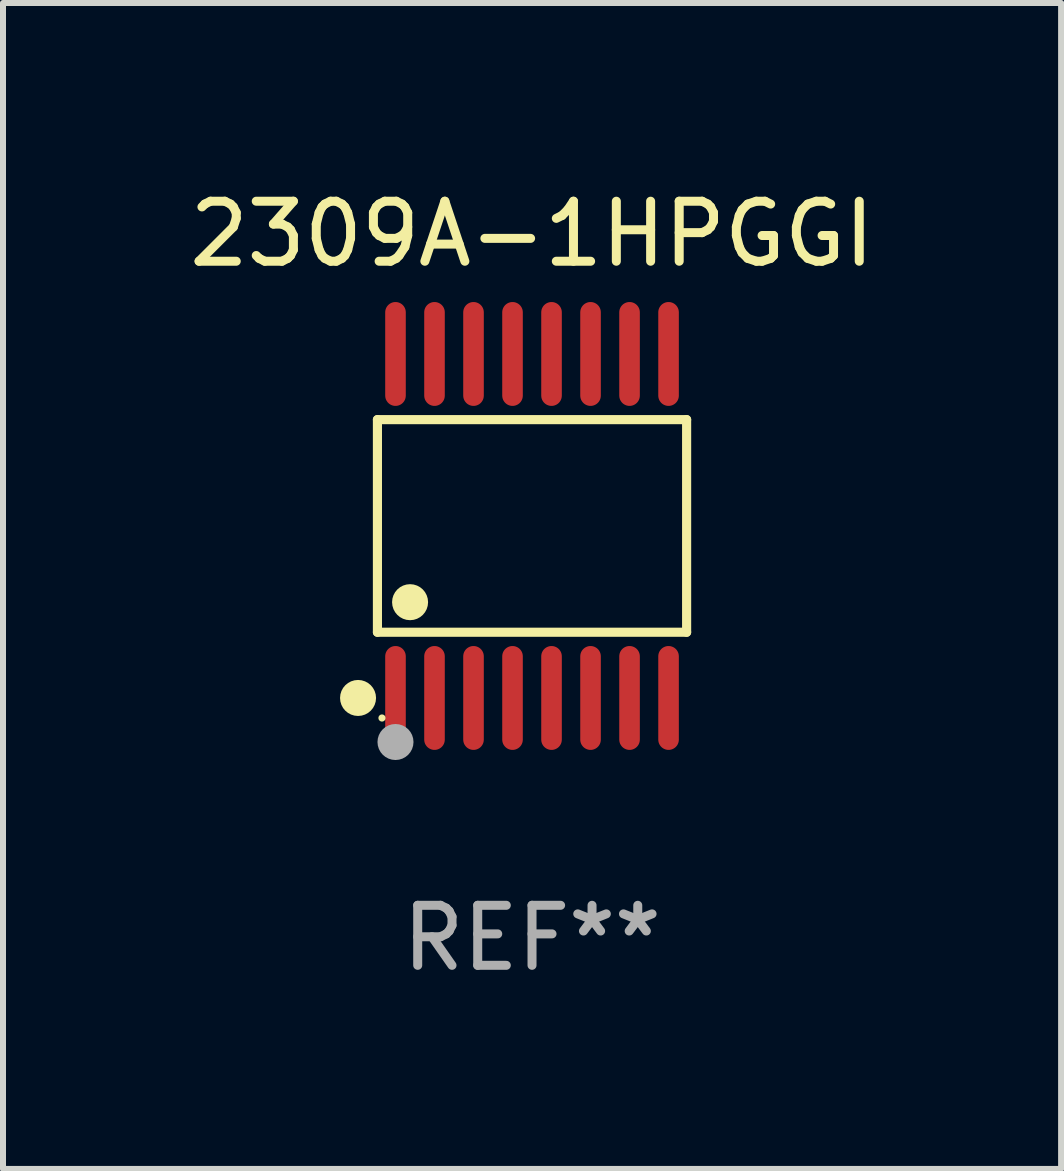
<source format=kicad_pcb>
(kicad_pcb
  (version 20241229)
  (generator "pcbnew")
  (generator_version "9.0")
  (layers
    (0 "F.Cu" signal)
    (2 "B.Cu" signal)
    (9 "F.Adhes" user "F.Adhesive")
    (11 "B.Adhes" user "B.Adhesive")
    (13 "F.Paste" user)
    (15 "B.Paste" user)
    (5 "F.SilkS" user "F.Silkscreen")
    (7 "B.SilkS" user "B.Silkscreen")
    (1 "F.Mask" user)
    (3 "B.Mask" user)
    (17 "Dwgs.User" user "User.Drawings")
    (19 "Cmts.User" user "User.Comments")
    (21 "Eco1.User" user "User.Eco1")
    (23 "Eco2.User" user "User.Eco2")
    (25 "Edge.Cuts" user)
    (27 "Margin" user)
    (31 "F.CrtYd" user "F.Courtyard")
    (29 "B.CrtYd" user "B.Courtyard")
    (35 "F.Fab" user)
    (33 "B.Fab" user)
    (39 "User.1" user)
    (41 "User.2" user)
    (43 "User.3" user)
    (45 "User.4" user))
  (footprint "2309A-1HPGGI"
    (layer "F.Cu")
    (at 5.815 5.714)
    (property "Reference" "2309A-1HPGGI" (at 0 -4.866 0) (layer "F.SilkS") (effects (font (size 1 1) (thickness 0.15))))
    (attr through_hole)
    (fp_line (start -2.576 -1.772) (end 2.576 -1.772) (stroke (width 0.152) (type solid)) (layer "F.SilkS"))
    (fp_line (start -2.576 1.771) (end -2.576 -1.772) (stroke (width 0.152) (type solid)) (layer "F.SilkS"))
    (fp_line (start 2.576 -1.772) (end 2.576 1.771) (stroke (width 0.152) (type solid)) (layer "F.SilkS"))
    (fp_line (start 2.576 1.771) (end -2.576 1.771) (stroke (width 0.152) (type solid)) (layer "F.SilkS"))
    (fp_circle (center -2.899 2.866) (end -2.749 2.866) (stroke (width 0.3) (type solid)) (fill no) (layer "F.SilkS"))
    (fp_circle (center -2.5 3.2) (end -2.47 3.2) (stroke (width 0.06) (type solid)) (fill no) (layer "F.SilkS"))
    (fp_circle (center -2.032 1.27) (end -1.882 1.27) (stroke (width 0.3) (type solid)) (fill no) (layer "F.SilkS"))
    (fp_circle (center -2.275 3.6) (end -2.125 3.6) (stroke (width 0.3) (type solid)) (fill no) (layer "F.Fab"))
    (fp_text user "REF**" (at 0 6.866 0) (layer "F.Fab") (effects (font (size 1 1) (thickness 0.15))))
    (pad "1" smd oval (at -2.275 2.866) (size 0.343 1.731) (layers "F.Cu" "F.Mask" "F.Paste"))
    (pad "2" smd oval (at -1.625 2.866) (size 0.343 1.731) (layers "F.Cu" "F.Mask" "F.Paste"))
    (pad "3" smd oval (at -0.975 2.866) (size 0.343 1.731) (layers "F.Cu" "F.Mask" "F.Paste"))
    (pad "4" smd oval (at -0.325 2.866) (size 0.343 1.731) (layers "F.Cu" "F.Mask" "F.Paste"))
    (pad "5" smd oval (at 0.325 2.866) (size 0.343 1.731) (layers "F.Cu" "F.Mask" "F.Paste"))
    (pad "6" smd oval (at 0.975 2.866) (size 0.343 1.731) (layers "F.Cu" "F.Mask" "F.Paste"))
    (pad "7" smd oval (at 1.625 2.866) (size 0.343 1.731) (layers "F.Cu" "F.Mask" "F.Paste"))
    (pad "8" smd oval (at 2.275 2.866) (size 0.343 1.731) (layers "F.Cu" "F.Mask" "F.Paste"))
    (pad "9" smd oval (at 2.275 -2.866) (size 0.343 1.731) (layers "F.Cu" "F.Mask" "F.Paste"))
    (pad "10" smd oval (at 1.625 -2.866) (size 0.343 1.731) (layers "F.Cu" "F.Mask" "F.Paste"))
    (pad "11" smd oval (at 0.975 -2.866) (size 0.343 1.731) (layers "F.Cu" "F.Mask" "F.Paste"))
    (pad "12" smd oval (at 0.325 -2.866) (size 0.343 1.731) (layers "F.Cu" "F.Mask" "F.Paste"))
    (pad "13" smd oval (at -0.325 -2.866) (size 0.343 1.731) (layers "F.Cu" "F.Mask" "F.Paste"))
    (pad "14" smd oval (at -0.975 -2.866) (size 0.343 1.731) (layers "F.Cu" "F.Mask" "F.Paste"))
    (pad "15" smd oval (at -1.625 -2.866) (size 0.343 1.731) (layers "F.Cu" "F.Mask" "F.Paste"))
    (pad "16" smd oval (at -2.275 -2.866) (size 0.343 1.731) (layers "F.Cu" "F.Mask" "F.Paste")))
  (gr_rect
    (start -3 -3)
    (end 14.631 16.428)
    (stroke (width 0.1) (type default))
    (fill no)
    (layer "Edge.Cuts")))
</source>
